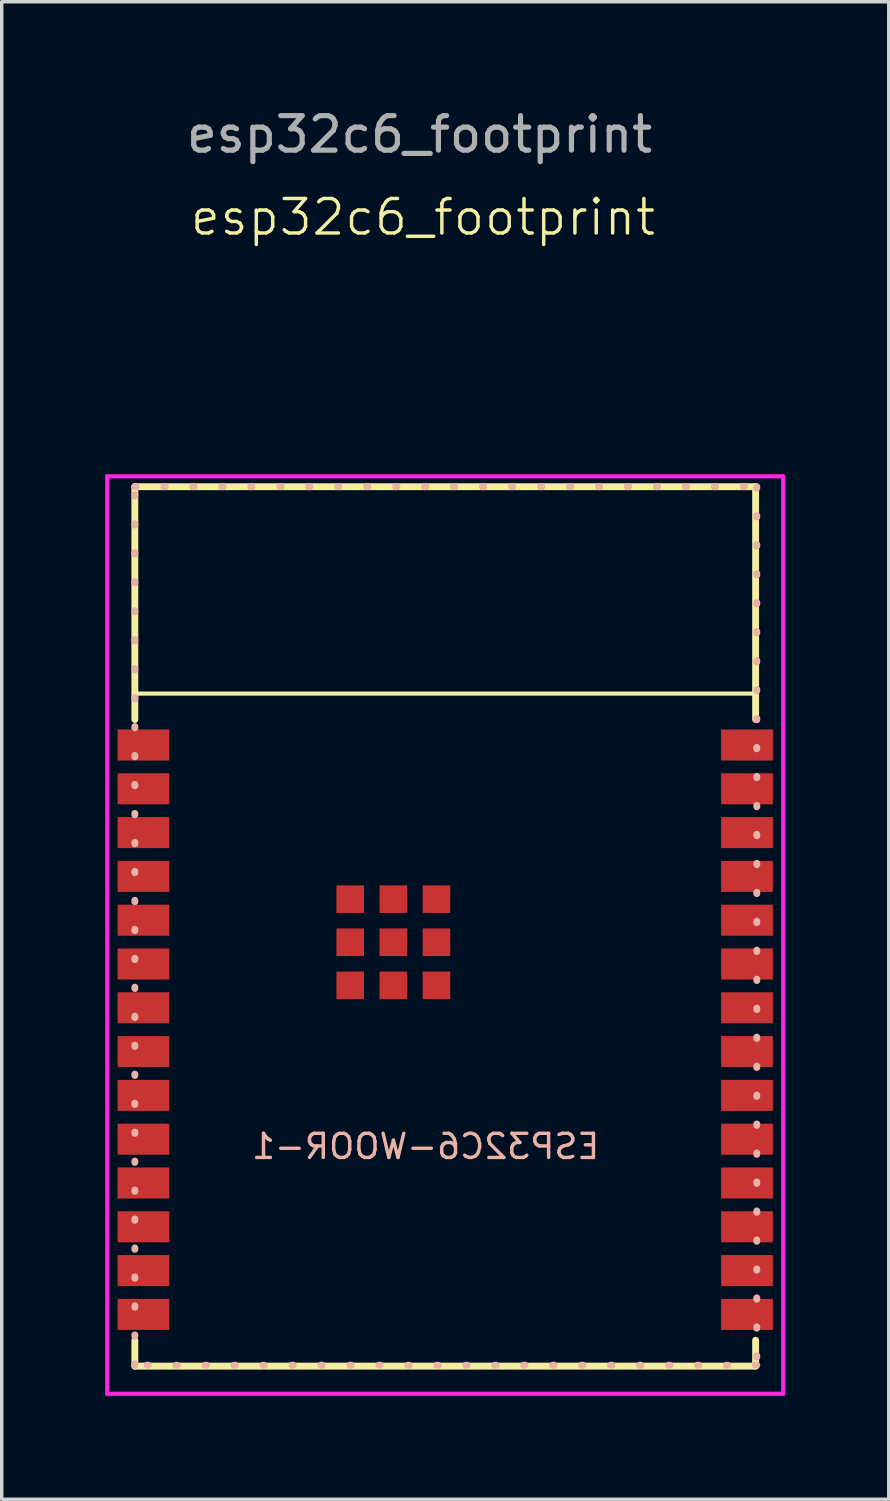
<source format=kicad_pcb>
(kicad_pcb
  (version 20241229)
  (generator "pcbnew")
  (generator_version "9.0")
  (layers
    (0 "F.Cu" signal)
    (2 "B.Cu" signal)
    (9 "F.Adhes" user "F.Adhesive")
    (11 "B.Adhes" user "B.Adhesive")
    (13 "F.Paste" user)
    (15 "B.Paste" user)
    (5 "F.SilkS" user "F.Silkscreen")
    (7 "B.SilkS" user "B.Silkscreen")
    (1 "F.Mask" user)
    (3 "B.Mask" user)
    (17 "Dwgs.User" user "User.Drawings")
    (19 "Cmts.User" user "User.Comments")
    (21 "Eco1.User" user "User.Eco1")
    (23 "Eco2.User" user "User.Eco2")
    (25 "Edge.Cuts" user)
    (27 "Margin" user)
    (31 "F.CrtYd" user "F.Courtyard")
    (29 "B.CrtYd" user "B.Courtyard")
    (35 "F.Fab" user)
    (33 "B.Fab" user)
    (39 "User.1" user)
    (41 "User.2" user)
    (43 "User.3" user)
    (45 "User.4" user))
  (footprint "esp32c6_footprint"
    (layer "F.Cu")
    (at 9.115 13.929)
    (property "Reference" "esp32c6_footprint" (at 0.1 -10.681 0) (unlocked yes) (layer "F.SilkS") (effects (font (size 1 1) (thickness 0.1))))
    (attr smd)
    (fp_line (start -8.255 -2.867) (end -8.255 3.883) (stroke (width 0.2) (type solid)) (layer "F.SilkS"))
    (fp_line (start -8.255 -2.867) (end 9.745 -2.867) (stroke (width 0.2) (type solid)) (layer "F.SilkS"))
    (fp_line (start -8.255 21.883) (end -8.255 22.633) (stroke (width 0.2) (type solid)) (layer "F.SilkS"))
    (fp_line (start -8.255 22.633) (end -7.255 22.633) (stroke (width 0.12) (type solid)) (layer "F.SilkS"))
    (fp_line (start 9.745 -2.867) (end 9.745 3.883) (stroke (width 0.2) (type solid)) (layer "F.SilkS"))
    (fp_line (start 9.745 3.133) (end -8.255 3.133) (stroke (width 0.12) (type solid)) (layer "F.SilkS"))
    (fp_line (start 9.745 21.883) (end 9.745 22.633) (stroke (width 0.2) (type solid)) (layer "F.SilkS"))
    (fp_line (start 9.745 22.633) (end -8.255 22.633) (stroke (width 0.2) (type solid)) (layer "F.SilkS"))
    (fp_line (start 9.745 22.633) (end 8.745 22.633) (stroke (width 0.12) (type solid)) (layer "F.SilkS"))
    (fp_rect (start -8.255 -2.867) (end 9.779 22.606) (stroke (width 0.2) (type dot)) (fill no) (layer "B.SilkS"))
    (fp_line (start -8.255 -2.867) (end 9.745 -2.867) (stroke (width 0.12) (type solid)) (layer "Eco2.User"))
    (fp_line (start -8.255 3.133) (end 9.745 3.133) (stroke (width 0.12) (type solid)) (layer "Eco2.User"))
    (fp_line (start -8.255 22.633) (end -8.255 -2.867) (stroke (width 0.12) (type solid)) (layer "Eco2.User"))
    (fp_line (start 9.745 -2.867) (end 9.745 22.633) (stroke (width 0.12) (type solid)) (layer "Eco2.User"))
    (fp_line (start -9.055 -3.167) (end -9.055 23.433) (stroke (width 0.12) (type solid)) (layer "F.CrtYd"))
    (fp_line (start -9.055 23.433) (end 10.545 23.433) (stroke (width 0.12) (type solid)) (layer "F.CrtYd"))
    (fp_line (start 10.545 -3.167) (end -9.055 -3.167) (stroke (width 0.12) (type solid)) (layer "F.CrtYd"))
    (fp_line (start 10.545 -3.167) (end 10.545 23.433) (stroke (width 0.12) (type solid)) (layer "F.CrtYd"))
    (fp_text user "ESP32C6-WOOR-1" (at 5.275 16.673 0) (unlocked yes) (layer "B.SilkS") (effects (font (size 0.7 0.7) (thickness 0.1)) (justify left bottom mirror)))
    (fp_text user "Antenna Area" (at 0.745 0.133 0) (layer "Eco2.User") (effects (font (size 1 1) (thickness 0.15))))
    (fp_text user "${REFERENCE}" (at 0 -13.081 0) (unlocked yes) (layer "F.Fab") (effects (font (size 1 1) (thickness 0.15))))
    (pad "1" smd rect (at -8.005 4.623) (size 1.5 0.9) (layers "F.Cu" "F.Mask" "F.Paste"))
    (pad "2" smd rect (at -8.005 5.893) (size 1.5 0.9) (layers "F.Cu" "F.Mask" "F.Paste"))
    (pad "3" smd rect (at -8.005 7.163) (size 1.5 0.9) (layers "F.Cu" "F.Mask" "F.Paste"))
    (pad "4" smd rect (at -8.005 8.433) (size 1.5 0.9) (layers "F.Cu" "F.Mask" "F.Paste"))
    (pad "5" smd rect (at -8.005 9.703) (size 1.5 0.9) (layers "F.Cu" "F.Mask" "F.Paste"))
    (pad "6" smd rect (at -8.005 10.973) (size 1.5 0.9) (layers "F.Cu" "F.Mask" "F.Paste"))
    (pad "7" smd rect (at -8.005 12.243) (size 1.5 0.9) (layers "F.Cu" "F.Mask" "F.Paste"))
    (pad "8" smd rect (at -8.005 13.513) (size 1.5 0.9) (layers "F.Cu" "F.Mask" "F.Paste"))
    (pad "9" smd rect (at -8.005 14.783) (size 1.5 0.9) (layers "F.Cu" "F.Mask" "F.Paste"))
    (pad "10" smd rect (at -8.005 16.053) (size 1.5 0.9) (layers "F.Cu" "F.Mask" "F.Paste"))
    (pad "11" smd rect (at -8.005 17.323) (size 1.5 0.9) (layers "F.Cu" "F.Mask" "F.Paste"))
    (pad "12" smd rect (at -8.005 18.593) (size 1.5 0.9) (layers "F.Cu" "F.Mask" "F.Paste"))
    (pad "13" smd rect (at -8.005 19.863) (size 1.5 0.9) (layers "F.Cu" "F.Mask" "F.Paste"))
    (pad "14" smd rect (at -8.005 21.133) (size 1.5 0.9) (layers "F.Cu" "F.Mask" "F.Paste"))
    (pad "15" smd rect (at 9.495 21.133 180) (size 1.5 0.9) (layers "F.Cu" "F.Mask" "F.Paste"))
    (pad "16" smd rect (at 9.495 19.863 180) (size 1.5 0.9) (layers "F.Cu" "F.Mask" "F.Paste"))
    (pad "17" smd rect (at 9.495 18.593 180) (size 1.5 0.9) (layers "F.Cu" "F.Mask" "F.Paste"))
    (pad "18" smd rect (at 9.495 17.323 180) (size 1.5 0.9) (layers "F.Cu" "F.Mask" "F.Paste"))
    (pad "19" smd rect (at 9.495 16.053 180) (size 1.5 0.9) (layers "F.Cu" "F.Mask" "F.Paste"))
    (pad "20" smd rect (at 9.495 14.783 180) (size 1.5 0.9) (layers "F.Cu" "F.Mask" "F.Paste"))
    (pad "21" smd rect (at 9.495 13.513 180) (size 1.5 0.9) (layers "F.Cu" "F.Mask" "F.Paste"))
    (pad "22" smd rect (at 9.495 12.243 180) (size 1.5 0.9) (layers "F.Cu" "F.Mask" "F.Paste"))
    (pad "23" smd rect (at 9.495 10.973 180) (size 1.5 0.9) (layers "F.Cu" "F.Mask" "F.Paste"))
    (pad "24" smd rect (at 9.495 9.703 180) (size 1.5 0.9) (layers "F.Cu" "F.Mask" "F.Paste"))
    (pad "25" smd rect (at 9.495 8.433 180) (size 1.5 0.9) (layers "F.Cu" "F.Mask" "F.Paste"))
    (pad "26" smd rect (at 9.495 7.163 180) (size 1.5 0.9) (layers "F.Cu" "F.Mask" "F.Paste"))
    (pad "27" smd rect (at 9.495 5.893 180) (size 1.5 0.9) (layers "F.Cu" "F.Mask" "F.Paste"))
    (pad "28" smd rect (at 9.495 4.623 180) (size 1.5 0.9) (layers "F.Cu" "F.Mask" "F.Paste"))
    (pad "29" smd rect (at -2.01 9.093 180) (size 0.8 0.8) (layers "F.Cu" "F.Mask" "F.Paste"))
    (pad "29" smd rect (at -2.01 10.343 180) (size 0.8 0.8) (layers "F.Cu" "F.Mask" "F.Paste"))
    (pad "29" smd rect (at -2.01 11.593 180) (size 0.8 0.8) (layers "F.Cu" "F.Mask" "F.Paste"))
    (pad "29" smd rect (at -0.76 9.093 180) (size 0.8 0.8) (layers "F.Cu" "F.Mask" "F.Paste"))
    (pad "29" smd rect (at -0.76 10.343 180) (size 0.8 0.8) (layers "F.Cu" "F.Mask" "F.Paste"))
    (pad "29" smd rect (at -0.76 11.593 180) (size 0.8 0.8) (layers "F.Cu" "F.Mask" "F.Paste"))
    (pad "29" smd rect (at 0.49 9.093 180) (size 0.8 0.8) (layers "F.Cu" "F.Mask" "F.Paste"))
    (pad "29" smd rect (at 0.49 10.343 180) (size 0.8 0.8) (layers "F.Cu" "F.Mask" "F.Paste"))
    (pad "29" smd rect (at 0.49 11.593 180) (size 0.8 0.8) (layers "F.Cu" "F.Mask" "F.Paste"))
    (zone (net_name "") (layers "F.Cu" "B.Cu") (name "antenna keepout") (hatch edge 0.508) (connect_pads) (min_thickness 0.254) (filled_areas_thickness no) (keepout (tracks not_allowed) (vias not_allowed) (pads not_allowed) (copperpour not_allowed) (footprints not_allowed)) (placement (enabled no)) (fill) (polygon (pts (xy 18.86 17.062) (xy 0.86 17.062) (xy 0.86 11.062) (xy 18.86 11.062)))))
  (gr_rect
    (start -3 -3)
    (end 22.72 40.422)
    (stroke (width 0.1) (type default))
    (fill no)
    (layer "Edge.Cuts")))
</source>
